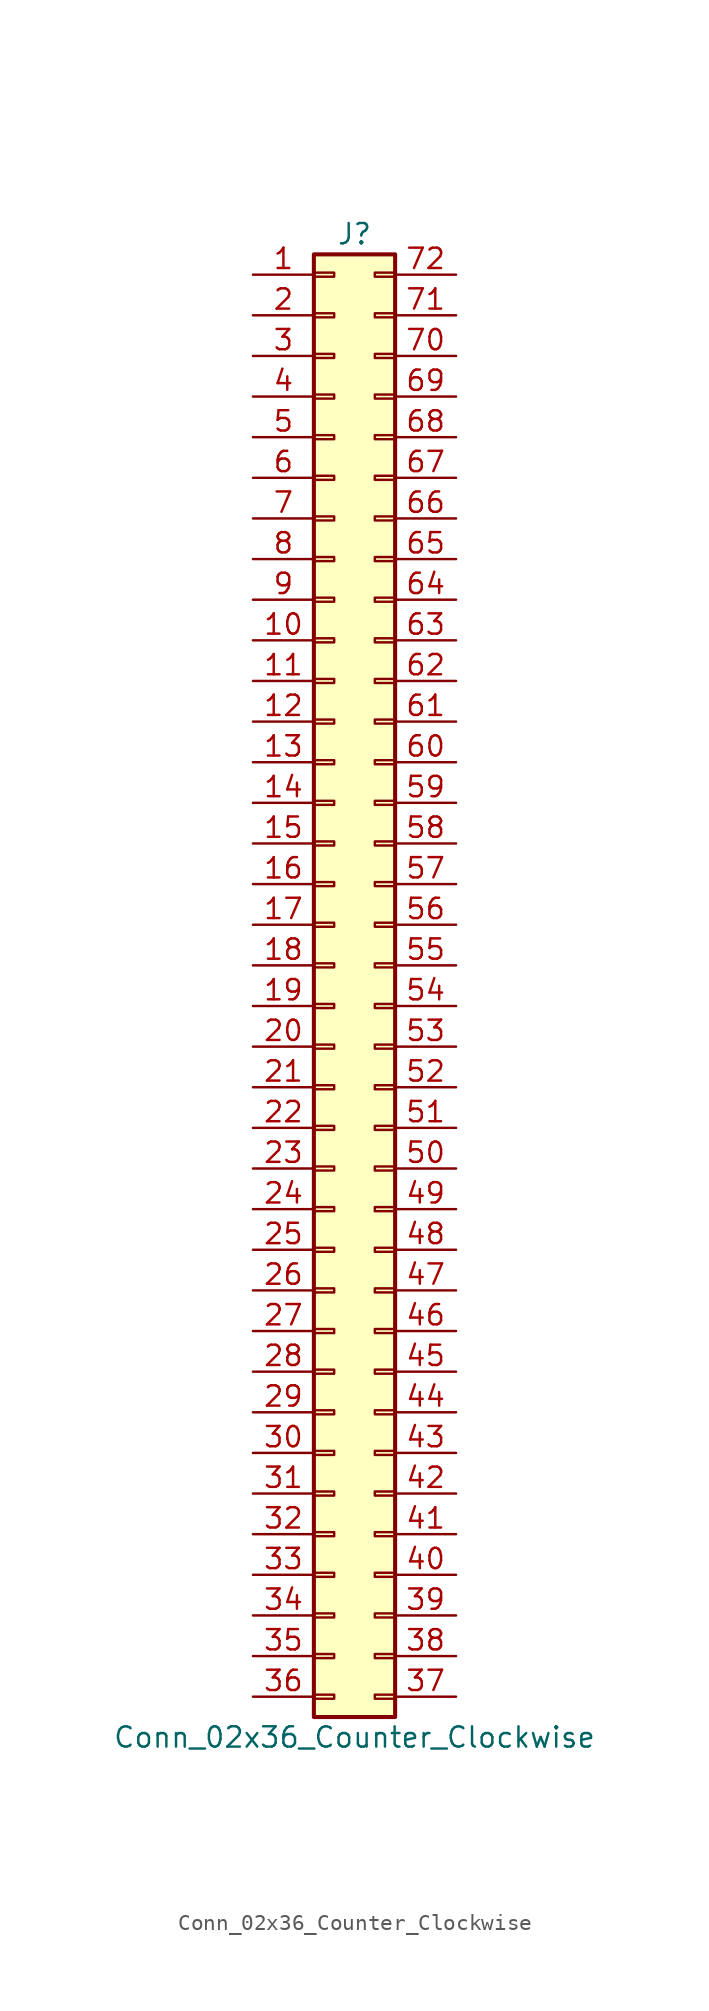
<source format=kicad_sym>
(kicad_symbol_lib
  (version 20201005)
  (generator kicad_symbol_editor)
  (symbol "Connector_Generic:Conn_02x36_Counter_Clockwise"
    (pin_names
      (offset 1.016) hide)
    (property "Reference" "J"
      (at 1.27 45.72 0)
      (effects (font (size 1.27 1.27))))
    (property "Value" "Conn_02x36_Counter_Clockwise"
      (at 1.27 -48.26 0)
      (effects (font (size 1.27 1.27))))
    (symbol "Conn_02x36_Counter_Clockwise_1_1"
      (rectangle (start -1.27 -27.813) (end 0 -28.067) (stroke (width 0.152)) (fill (type none)))
      (rectangle (start -1.27 -30.353) (end 0 -30.607) (stroke (width 0.152)) (fill (type none)))
      (rectangle (start -1.27 -32.893) (end 0 -33.147) (stroke (width 0.152)) (fill (type none)))
      (rectangle (start -1.27 -35.433) (end 0 -35.687) (stroke (width 0.152)) (fill (type none)))
      (rectangle (start -1.27 -37.973) (end 0 -38.227) (stroke (width 0.152)) (fill (type none)))
      (rectangle (start -1.27 -40.513) (end 0 -40.767) (stroke (width 0.152)) (fill (type none)))
      (rectangle (start -1.27 -43.053) (end 0 -43.307) (stroke (width 0.152)) (fill (type none)))
      (rectangle (start -1.27 -45.593) (end 0 -45.847) (stroke (width 0.152)) (fill (type none)))
      (rectangle (start -1.27 -4.953) (end 0 -5.207) (stroke (width 0.152)) (fill (type none)))
      (rectangle (start -1.27 -7.493) (end 0 -7.747) (stroke (width 0.152)) (fill (type none)))
      (rectangle (start -1.27 -10.033) (end 0 -10.287) (stroke (width 0.152)) (fill (type none)))
      (rectangle (start -1.27 -12.573) (end 0 -12.827) (stroke (width 0.152)) (fill (type none)))
      (rectangle (start -1.27 -15.113) (end 0 -15.367) (stroke (width 0.152)) (fill (type none)))
      (rectangle (start -1.27 -17.653) (end 0 -17.907) (stroke (width 0.152)) (fill (type none)))
      (rectangle (start -1.27 -20.193) (end 0 -20.447) (stroke (width 0.152)) (fill (type none)))
      (rectangle (start -1.27 -22.733) (end 0 -22.987) (stroke (width 0.152)) (fill (type none)))
      (rectangle (start -1.27 -2.413) (end 0 -2.667) (stroke (width 0.152)) (fill (type none)))
      (rectangle (start -1.27 -25.273) (end 0 -25.527) (stroke (width 0.152)) (fill (type none)))
      (rectangle (start -1.27 25.527) (end 0 25.273) (stroke (width 0.152)) (fill (type none)))
      (rectangle (start -1.27 2.667) (end 0 2.413) (stroke (width 0.152)) (fill (type none)))
      (rectangle (start -1.27 28.067) (end 0 27.813) (stroke (width 0.152)) (fill (type none)))
      (rectangle (start -1.27 30.607) (end 0 30.353) (stroke (width 0.152)) (fill (type none)))
      (rectangle (start -1.27 33.147) (end 0 32.893) (stroke (width 0.152)) (fill (type none)))
      (rectangle (start -1.27 35.687) (end 0 35.433) (stroke (width 0.152)) (fill (type none)))
      (rectangle (start -1.27 38.227) (end 0 37.973) (stroke (width 0.152)) (fill (type none)))
      (rectangle (start -1.27 40.767) (end 0 40.513) (stroke (width 0.152)) (fill (type none)))
      (rectangle (start -1.27 43.307) (end 0 43.053) (stroke (width 0.152)) (fill (type none)))
      (rectangle (start -1.27 44.45) (end 3.81 -46.99) (stroke (width 0.254)) (fill (type background)))
      (rectangle (start -1.27 5.207) (end 0 4.953) (stroke (width 0.152)) (fill (type none)))
      (rectangle (start -1.27 7.747) (end 0 7.493) (stroke (width 0.152)) (fill (type none)))
      (rectangle (start -1.27 10.287) (end 0 10.033) (stroke (width 0.152)) (fill (type none)))
      (rectangle (start -1.27 0.127) (end 0 -0.127) (stroke (width 0.152)) (fill (type none)))
      (rectangle (start -1.27 12.827) (end 0 12.573) (stroke (width 0.152)) (fill (type none)))
      (rectangle (start -1.27 15.367) (end 0 15.113) (stroke (width 0.152)) (fill (type none)))
      (rectangle (start -1.27 17.907) (end 0 17.653) (stroke (width 0.152)) (fill (type none)))
      (rectangle (start -1.27 20.447) (end 0 20.193) (stroke (width 0.152)) (fill (type none)))
      (rectangle (start -1.27 22.987) (end 0 22.733) (stroke (width 0.152)) (fill (type none)))
      (rectangle (start 3.81 -27.813) (end 2.54 -28.067) (stroke (width 0.152)) (fill (type none)))
      (rectangle (start 3.81 -30.353) (end 2.54 -30.607) (stroke (width 0.152)) (fill (type none)))
      (rectangle (start 3.81 -32.893) (end 2.54 -33.147) (stroke (width 0.152)) (fill (type none)))
      (rectangle (start 3.81 -35.433) (end 2.54 -35.687) (stroke (width 0.152)) (fill (type none)))
      (rectangle (start 3.81 -37.973) (end 2.54 -38.227) (stroke (width 0.152)) (fill (type none)))
      (rectangle (start 3.81 -40.513) (end 2.54 -40.767) (stroke (width 0.152)) (fill (type none)))
      (rectangle (start 3.81 -43.053) (end 2.54 -43.307) (stroke (width 0.152)) (fill (type none)))
      (rectangle (start 3.81 -45.593) (end 2.54 -45.847) (stroke (width 0.152)) (fill (type none)))
      (rectangle (start 3.81 -4.953) (end 2.54 -5.207) (stroke (width 0.152)) (fill (type none)))
      (rectangle (start 3.81 -7.493) (end 2.54 -7.747) (stroke (width 0.152)) (fill (type none)))
      (rectangle (start 3.81 -10.033) (end 2.54 -10.287) (stroke (width 0.152)) (fill (type none)))
      (rectangle (start 3.81 -12.573) (end 2.54 -12.827) (stroke (width 0.152)) (fill (type none)))
      (rectangle (start 3.81 -15.113) (end 2.54 -15.367) (stroke (width 0.152)) (fill (type none)))
      (rectangle (start 3.81 -17.653) (end 2.54 -17.907) (stroke (width 0.152)) (fill (type none)))
      (rectangle (start 3.81 -20.193) (end 2.54 -20.447) (stroke (width 0.152)) (fill (type none)))
      (rectangle (start 3.81 -22.733) (end 2.54 -22.987) (stroke (width 0.152)) (fill (type none)))
      (rectangle (start 3.81 -2.413) (end 2.54 -2.667) (stroke (width 0.152)) (fill (type none)))
      (rectangle (start 3.81 -25.273) (end 2.54 -25.527) (stroke (width 0.152)) (fill (type none)))
      (rectangle (start 3.81 25.527) (end 2.54 25.273) (stroke (width 0.152)) (fill (type none)))
      (rectangle (start 3.81 2.667) (end 2.54 2.413) (stroke (width 0.152)) (fill (type none)))
      (rectangle (start 3.81 28.067) (end 2.54 27.813) (stroke (width 0.152)) (fill (type none)))
      (rectangle (start 3.81 30.607) (end 2.54 30.353) (stroke (width 0.152)) (fill (type none)))
      (rectangle (start 3.81 33.147) (end 2.54 32.893) (stroke (width 0.152)) (fill (type none)))
      (rectangle (start 3.81 35.687) (end 2.54 35.433) (stroke (width 0.152)) (fill (type none)))
      (rectangle (start 3.81 38.227) (end 2.54 37.973) (stroke (width 0.152)) (fill (type none)))
      (rectangle (start 3.81 40.767) (end 2.54 40.513) (stroke (width 0.152)) (fill (type none)))
      (rectangle (start 3.81 43.307) (end 2.54 43.053) (stroke (width 0.152)) (fill (type none)))
      (rectangle (start 3.81 5.207) (end 2.54 4.953) (stroke (width 0.152)) (fill (type none)))
      (rectangle (start 3.81 7.747) (end 2.54 7.493) (stroke (width 0.152)) (fill (type none)))
      (rectangle (start 3.81 10.287) (end 2.54 10.033) (stroke (width 0.152)) (fill (type none)))
      (rectangle (start 3.81 0.127) (end 2.54 -0.127) (stroke (width 0.152)) (fill (type none)))
      (rectangle (start 3.81 12.827) (end 2.54 12.573) (stroke (width 0.152)) (fill (type none)))
      (rectangle (start 3.81 15.367) (end 2.54 15.113) (stroke (width 0.152)) (fill (type none)))
      (rectangle (start 3.81 17.907) (end 2.54 17.653) (stroke (width 0.152)) (fill (type none)))
      (rectangle (start 3.81 20.447) (end 2.54 20.193) (stroke (width 0.152)) (fill (type none)))
      (rectangle (start 3.81 22.987) (end 2.54 22.733) (stroke (width 0.152)) (fill (type none)))
      (pin passive line (at -5.08 43.18 0) (length 3.81) (name "Pin_1" (effects (font (size 1.27 1.27)))) (number "1" (effects (font (size 1.27 1.27)))))
      (pin passive line (at -5.08 20.32 0) (length 3.81) (name "Pin_10" (effects (font (size 1.27 1.27)))) (number "10" (effects (font (size 1.27 1.27)))))
      (pin passive line (at -5.08 17.78 0) (length 3.81) (name "Pin_11" (effects (font (size 1.27 1.27)))) (number "11" (effects (font (size 1.27 1.27)))))
      (pin passive line (at -5.08 15.24 0) (length 3.81) (name "Pin_12" (effects (font (size 1.27 1.27)))) (number "12" (effects (font (size 1.27 1.27)))))
      (pin passive line (at -5.08 12.7 0) (length 3.81) (name "Pin_13" (effects (font (size 1.27 1.27)))) (number "13" (effects (font (size 1.27 1.27)))))
      (pin passive line (at -5.08 10.16 0) (length 3.81) (name "Pin_14" (effects (font (size 1.27 1.27)))) (number "14" (effects (font (size 1.27 1.27)))))
      (pin passive line (at -5.08 7.62 0) (length 3.81) (name "Pin_15" (effects (font (size 1.27 1.27)))) (number "15" (effects (font (size 1.27 1.27)))))
      (pin passive line (at -5.08 5.08 0) (length 3.81) (name "Pin_16" (effects (font (size 1.27 1.27)))) (number "16" (effects (font (size 1.27 1.27)))))
      (pin passive line (at -5.08 2.54 0) (length 3.81) (name "Pin_17" (effects (font (size 1.27 1.27)))) (number "17" (effects (font (size 1.27 1.27)))))
      (pin passive line (at -5.08 0 0) (length 3.81) (name "Pin_18" (effects (font (size 1.27 1.27)))) (number "18" (effects (font (size 1.27 1.27)))))
      (pin passive line (at -5.08 -2.54 0) (length 3.81) (name "Pin_19" (effects (font (size 1.27 1.27)))) (number "19" (effects (font (size 1.27 1.27)))))
      (pin passive line (at -5.08 40.64 0) (length 3.81) (name "Pin_2" (effects (font (size 1.27 1.27)))) (number "2" (effects (font (size 1.27 1.27)))))
      (pin passive line (at -5.08 -5.08 0) (length 3.81) (name "Pin_20" (effects (font (size 1.27 1.27)))) (number "20" (effects (font (size 1.27 1.27)))))
      (pin passive line (at -5.08 -7.62 0) (length 3.81) (name "Pin_21" (effects (font (size 1.27 1.27)))) (number "21" (effects (font (size 1.27 1.27)))))
      (pin passive line (at -5.08 -10.16 0) (length 3.81) (name "Pin_22" (effects (font (size 1.27 1.27)))) (number "22" (effects (font (size 1.27 1.27)))))
      (pin passive line (at -5.08 -12.7 0) (length 3.81) (name "Pin_23" (effects (font (size 1.27 1.27)))) (number "23" (effects (font (size 1.27 1.27)))))
      (pin passive line (at -5.08 -15.24 0) (length 3.81) (name "Pin_24" (effects (font (size 1.27 1.27)))) (number "24" (effects (font (size 1.27 1.27)))))
      (pin passive line (at -5.08 -17.78 0) (length 3.81) (name "Pin_25" (effects (font (size 1.27 1.27)))) (number "25" (effects (font (size 1.27 1.27)))))
      (pin passive line (at -5.08 -20.32 0) (length 3.81) (name "Pin_26" (effects (font (size 1.27 1.27)))) (number "26" (effects (font (size 1.27 1.27)))))
      (pin passive line (at -5.08 -22.86 0) (length 3.81) (name "Pin_27" (effects (font (size 1.27 1.27)))) (number "27" (effects (font (size 1.27 1.27)))))
      (pin passive line (at -5.08 -25.4 0) (length 3.81) (name "Pin_28" (effects (font (size 1.27 1.27)))) (number "28" (effects (font (size 1.27 1.27)))))
      (pin passive line (at -5.08 -27.94 0) (length 3.81) (name "Pin_29" (effects (font (size 1.27 1.27)))) (number "29" (effects (font (size 1.27 1.27)))))
      (pin passive line (at -5.08 38.1 0) (length 3.81) (name "Pin_3" (effects (font (size 1.27 1.27)))) (number "3" (effects (font (size 1.27 1.27)))))
      (pin passive line (at -5.08 -30.48 0) (length 3.81) (name "Pin_30" (effects (font (size 1.27 1.27)))) (number "30" (effects (font (size 1.27 1.27)))))
      (pin passive line (at -5.08 -33.02 0) (length 3.81) (name "Pin_31" (effects (font (size 1.27 1.27)))) (number "31" (effects (font (size 1.27 1.27)))))
      (pin passive line (at -5.08 -35.56 0) (length 3.81) (name "Pin_32" (effects (font (size 1.27 1.27)))) (number "32" (effects (font (size 1.27 1.27)))))
      (pin passive line (at -5.08 -38.1 0) (length 3.81) (name "Pin_33" (effects (font (size 1.27 1.27)))) (number "33" (effects (font (size 1.27 1.27)))))
      (pin passive line (at -5.08 -40.64 0) (length 3.81) (name "Pin_34" (effects (font (size 1.27 1.27)))) (number "34" (effects (font (size 1.27 1.27)))))
      (pin passive line (at -5.08 -43.18 0) (length 3.81) (name "Pin_35" (effects (font (size 1.27 1.27)))) (number "35" (effects (font (size 1.27 1.27)))))
      (pin passive line (at -5.08 -45.72 0) (length 3.81) (name "Pin_36" (effects (font (size 1.27 1.27)))) (number "36" (effects (font (size 1.27 1.27)))))
      (pin passive line (at 7.62 -45.72 180) (length 3.81) (name "Pin_37" (effects (font (size 1.27 1.27)))) (number "37" (effects (font (size 1.27 1.27)))))
      (pin passive line (at 7.62 -43.18 180) (length 3.81) (name "Pin_38" (effects (font (size 1.27 1.27)))) (number "38" (effects (font (size 1.27 1.27)))))
      (pin passive line (at 7.62 -40.64 180) (length 3.81) (name "Pin_39" (effects (font (size 1.27 1.27)))) (number "39" (effects (font (size 1.27 1.27)))))
      (pin passive line (at -5.08 35.56 0) (length 3.81) (name "Pin_4" (effects (font (size 1.27 1.27)))) (number "4" (effects (font (size 1.27 1.27)))))
      (pin passive line (at 7.62 -38.1 180) (length 3.81) (name "Pin_40" (effects (font (size 1.27 1.27)))) (number "40" (effects (font (size 1.27 1.27)))))
      (pin passive line (at 7.62 -35.56 180) (length 3.81) (name "Pin_41" (effects (font (size 1.27 1.27)))) (number "41" (effects (font (size 1.27 1.27)))))
      (pin passive line (at 7.62 -33.02 180) (length 3.81) (name "Pin_42" (effects (font (size 1.27 1.27)))) (number "42" (effects (font (size 1.27 1.27)))))
      (pin passive line (at 7.62 -30.48 180) (length 3.81) (name "Pin_43" (effects (font (size 1.27 1.27)))) (number "43" (effects (font (size 1.27 1.27)))))
      (pin passive line (at 7.62 -27.94 180) (length 3.81) (name "Pin_44" (effects (font (size 1.27 1.27)))) (number "44" (effects (font (size 1.27 1.27)))))
      (pin passive line (at 7.62 -25.4 180) (length 3.81) (name "Pin_45" (effects (font (size 1.27 1.27)))) (number "45" (effects (font (size 1.27 1.27)))))
      (pin passive line (at 7.62 -22.86 180) (length 3.81) (name "Pin_46" (effects (font (size 1.27 1.27)))) (number "46" (effects (font (size 1.27 1.27)))))
      (pin passive line (at 7.62 -20.32 180) (length 3.81) (name "Pin_47" (effects (font (size 1.27 1.27)))) (number "47" (effects (font (size 1.27 1.27)))))
      (pin passive line (at 7.62 -17.78 180) (length 3.81) (name "Pin_48" (effects (font (size 1.27 1.27)))) (number "48" (effects (font (size 1.27 1.27)))))
      (pin passive line (at 7.62 -15.24 180) (length 3.81) (name "Pin_49" (effects (font (size 1.27 1.27)))) (number "49" (effects (font (size 1.27 1.27)))))
      (pin passive line (at -5.08 33.02 0) (length 3.81) (name "Pin_5" (effects (font (size 1.27 1.27)))) (number "5" (effects (font (size 1.27 1.27)))))
      (pin passive line (at 7.62 -12.7 180) (length 3.81) (name "Pin_50" (effects (font (size 1.27 1.27)))) (number "50" (effects (font (size 1.27 1.27)))))
      (pin passive line (at 7.62 -10.16 180) (length 3.81) (name "Pin_51" (effects (font (size 1.27 1.27)))) (number "51" (effects (font (size 1.27 1.27)))))
      (pin passive line (at 7.62 -7.62 180) (length 3.81) (name "Pin_52" (effects (font (size 1.27 1.27)))) (number "52" (effects (font (size 1.27 1.27)))))
      (pin passive line (at 7.62 -5.08 180) (length 3.81) (name "Pin_53" (effects (font (size 1.27 1.27)))) (number "53" (effects (font (size 1.27 1.27)))))
      (pin passive line (at 7.62 -2.54 180) (length 3.81) (name "Pin_54" (effects (font (size 1.27 1.27)))) (number "54" (effects (font (size 1.27 1.27)))))
      (pin passive line (at 7.62 0 180) (length 3.81) (name "Pin_55" (effects (font (size 1.27 1.27)))) (number "55" (effects (font (size 1.27 1.27)))))
      (pin passive line (at 7.62 2.54 180) (length 3.81) (name "Pin_56" (effects (font (size 1.27 1.27)))) (number "56" (effects (font (size 1.27 1.27)))))
      (pin passive line (at 7.62 5.08 180) (length 3.81) (name "Pin_57" (effects (font (size 1.27 1.27)))) (number "57" (effects (font (size 1.27 1.27)))))
      (pin passive line (at 7.62 7.62 180) (length 3.81) (name "Pin_58" (effects (font (size 1.27 1.27)))) (number "58" (effects (font (size 1.27 1.27)))))
      (pin passive line (at 7.62 10.16 180) (length 3.81) (name "Pin_59" (effects (font (size 1.27 1.27)))) (number "59" (effects (font (size 1.27 1.27)))))
      (pin passive line (at -5.08 30.48 0) (length 3.81) (name "Pin_6" (effects (font (size 1.27 1.27)))) (number "6" (effects (font (size 1.27 1.27)))))
      (pin passive line (at 7.62 12.7 180) (length 3.81) (name "Pin_60" (effects (font (size 1.27 1.27)))) (number "60" (effects (font (size 1.27 1.27)))))
      (pin passive line (at 7.62 15.24 180) (length 3.81) (name "Pin_61" (effects (font (size 1.27 1.27)))) (number "61" (effects (font (size 1.27 1.27)))))
      (pin passive line (at 7.62 17.78 180) (length 3.81) (name "Pin_62" (effects (font (size 1.27 1.27)))) (number "62" (effects (font (size 1.27 1.27)))))
      (pin passive line (at 7.62 20.32 180) (length 3.81) (name "Pin_63" (effects (font (size 1.27 1.27)))) (number "63" (effects (font (size 1.27 1.27)))))
      (pin passive line (at 7.62 22.86 180) (length 3.81) (name "Pin_64" (effects (font (size 1.27 1.27)))) (number "64" (effects (font (size 1.27 1.27)))))
      (pin passive line (at 7.62 25.4 180) (length 3.81) (name "Pin_65" (effects (font (size 1.27 1.27)))) (number "65" (effects (font (size 1.27 1.27)))))
      (pin passive line (at 7.62 27.94 180) (length 3.81) (name "Pin_66" (effects (font (size 1.27 1.27)))) (number "66" (effects (font (size 1.27 1.27)))))
      (pin passive line (at 7.62 30.48 180) (length 3.81) (name "Pin_67" (effects (font (size 1.27 1.27)))) (number "67" (effects (font (size 1.27 1.27)))))
      (pin passive line (at 7.62 33.02 180) (length 3.81) (name "Pin_68" (effects (font (size 1.27 1.27)))) (number "68" (effects (font (size 1.27 1.27)))))
      (pin passive line (at 7.62 35.56 180) (length 3.81) (name "Pin_69" (effects (font (size 1.27 1.27)))) (number "69" (effects (font (size 1.27 1.27)))))
      (pin passive line (at -5.08 27.94 0) (length 3.81) (name "Pin_7" (effects (font (size 1.27 1.27)))) (number "7" (effects (font (size 1.27 1.27)))))
      (pin passive line (at 7.62 38.1 180) (length 3.81) (name "Pin_70" (effects (font (size 1.27 1.27)))) (number "70" (effects (font (size 1.27 1.27)))))
      (pin passive line (at 7.62 40.64 180) (length 3.81) (name "Pin_71" (effects (font (size 1.27 1.27)))) (number "71" (effects (font (size 1.27 1.27)))))
      (pin passive line (at 7.62 43.18 180) (length 3.81) (name "Pin_72" (effects (font (size 1.27 1.27)))) (number "72" (effects (font (size 1.27 1.27)))))
      (pin passive line (at -5.08 25.4 0) (length 3.81) (name "Pin_8" (effects (font (size 1.27 1.27)))) (number "8" (effects (font (size 1.27 1.27)))))
      (pin passive line (at -5.08 22.86 0) (length 3.81) (name "Pin_9" (effects (font (size 1.27 1.27)))) (number "9" (effects (font (size 1.27 1.27))))))))
</source>
